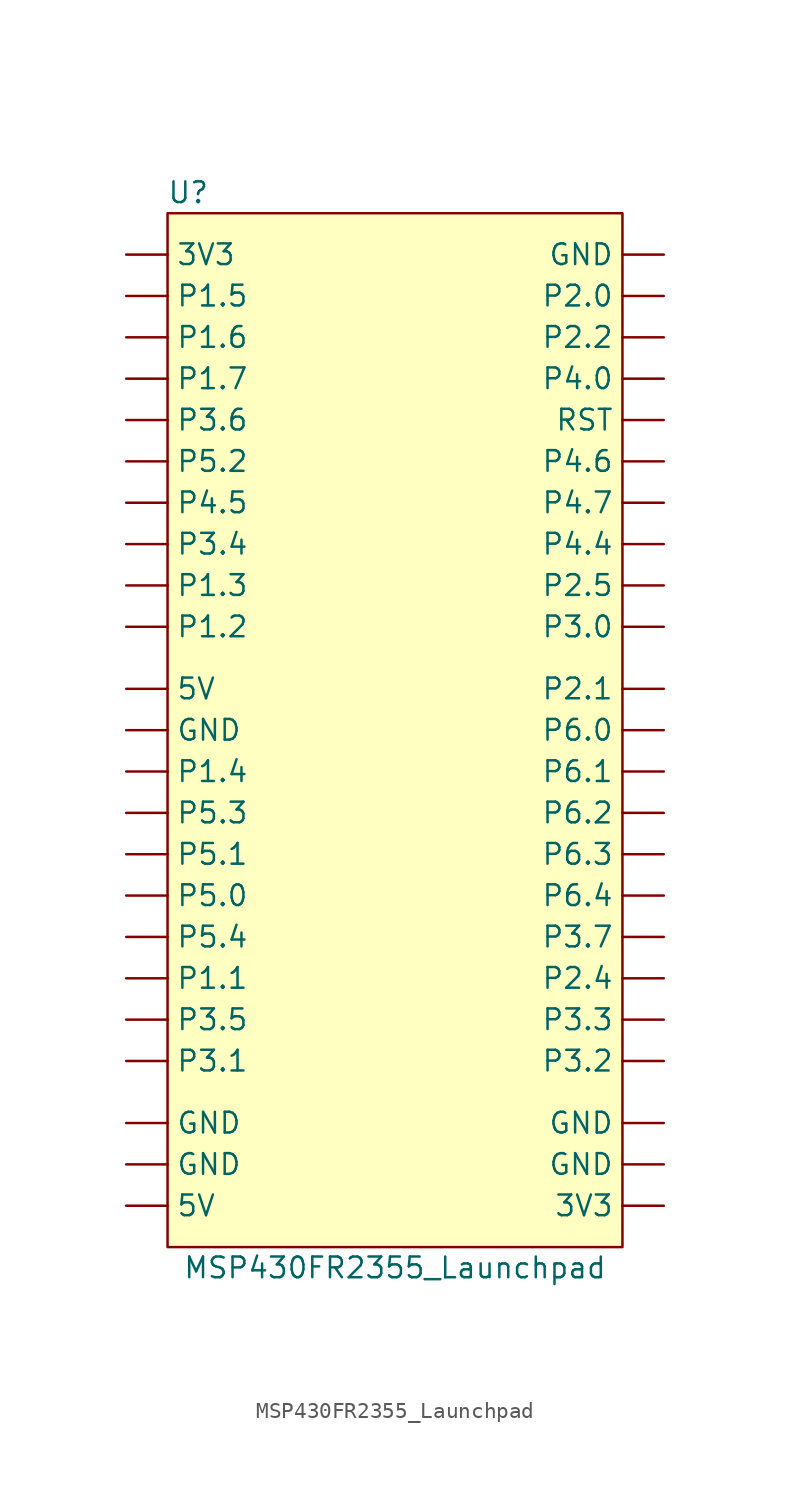
<source format=kicad_sym>
(kicad_symbol_lib
  (version 20211014)
  (generator kicad_symbol_editor)
  (symbol "MSP430FR2355_Launchpad"
    (property "Reference" "U"
      (at -12.7 13.97 0)
      (effects (font (size 1.27 1.27))))
    (property "Value" "MSP430FR2355_Launchpad"
      (at 0 -52.07 0)
      (effects (font (size 1.27 1.27))))
    (symbol "MSP430FR2355_Launchpad_0_1"
      (rectangle (start -13.97 12.7) (end 13.97 -50.8) (stroke (width 0) (type default) (color 0 0 0 0)) (fill (type background))))
    (symbol "MSP430FR2355_Launchpad_1_1"
      (pin bidirectional line (at -16.51 10.16 0) (length 2.54) (name "3V3" (effects (font (size 1.27 1.27)))) (number "" (effects (font (size 1.27 1.27)))))
      (pin output line (at 16.51 -48.26 180) (length 2.54) (name "3V3" (effects (font (size 1.27 1.27)))) (number "" (effects (font (size 1.27 1.27)))))
      (pin output line (at -16.51 -48.26 0) (length 2.54) (name "5V" (effects (font (size 1.27 1.27)))) (number "" (effects (font (size 1.27 1.27)))))
      (pin bidirectional line (at -16.51 -16.51 0) (length 2.54) (name "5V" (effects (font (size 1.27 1.27)))) (number "" (effects (font (size 1.27 1.27)))))
      (pin output line (at -16.51 -45.72 0) (length 2.54) (name "GND" (effects (font (size 1.27 1.27)))) (number "" (effects (font (size 1.27 1.27)))))
      (pin output line (at -16.51 -43.18 0) (length 2.54) (name "GND" (effects (font (size 1.27 1.27)))) (number "" (effects (font (size 1.27 1.27)))))
      (pin bidirectional line (at -16.51 -19.05 0) (length 2.54) (name "GND" (effects (font (size 1.27 1.27)))) (number "" (effects (font (size 1.27 1.27)))))
      (pin output line (at 16.51 -45.72 180) (length 2.54) (name "GND" (effects (font (size 1.27 1.27)))) (number "" (effects (font (size 1.27 1.27)))))
      (pin output line (at 16.51 -43.18 180) (length 2.54) (name "GND" (effects (font (size 1.27 1.27)))) (number "" (effects (font (size 1.27 1.27)))))
      (pin output line (at 16.51 10.16 180) (length 2.54) (name "GND" (effects (font (size 1.27 1.27)))) (number "" (effects (font (size 1.27 1.27)))))
      (pin bidirectional line (at -16.51 -34.29 0) (length 2.54) (name "P1.1" (effects (font (size 1.27 1.27)))) (number "" (effects (font (size 1.27 1.27)))))
      (pin bidirectional line (at -16.51 -12.7 0) (length 2.54) (name "P1.2" (effects (font (size 1.27 1.27)))) (number "" (effects (font (size 1.27 1.27)))))
      (pin bidirectional line (at -16.51 -10.16 0) (length 2.54) (name "P1.3" (effects (font (size 1.27 1.27)))) (number "" (effects (font (size 1.27 1.27)))))
      (pin bidirectional line (at -16.51 -21.59 0) (length 2.54) (name "P1.4" (effects (font (size 1.27 1.27)))) (number "" (effects (font (size 1.27 1.27)))))
      (pin bidirectional line (at -16.51 7.62 0) (length 2.54) (name "P1.5" (effects (font (size 1.27 1.27)))) (number "" (effects (font (size 1.27 1.27)))))
      (pin bidirectional line (at -16.51 5.08 0) (length 2.54) (name "P1.6" (effects (font (size 1.27 1.27)))) (number "" (effects (font (size 1.27 1.27)))))
      (pin bidirectional line (at -16.51 2.54 0) (length 2.54) (name "P1.7" (effects (font (size 1.27 1.27)))) (number "" (effects (font (size 1.27 1.27)))))
      (pin bidirectional line (at 16.51 7.62 180) (length 2.54) (name "P2.0" (effects (font (size 1.27 1.27)))) (number "" (effects (font (size 1.27 1.27)))))
      (pin bidirectional line (at 16.51 -16.51 180) (length 2.54) (name "P2.1" (effects (font (size 1.27 1.27)))) (number "" (effects (font (size 1.27 1.27)))))
      (pin bidirectional line (at 16.51 5.08 180) (length 2.54) (name "P2.2" (effects (font (size 1.27 1.27)))) (number "" (effects (font (size 1.27 1.27)))))
      (pin bidirectional line (at 16.51 -34.29 180) (length 2.54) (name "P2.4" (effects (font (size 1.27 1.27)))) (number "" (effects (font (size 1.27 1.27)))))
      (pin bidirectional line (at 16.51 -10.16 180) (length 2.54) (name "P2.5" (effects (font (size 1.27 1.27)))) (number "" (effects (font (size 1.27 1.27)))))
      (pin bidirectional line (at 16.51 -12.7 180) (length 2.54) (name "P3.0" (effects (font (size 1.27 1.27)))) (number "" (effects (font (size 1.27 1.27)))))
      (pin output line (at -16.51 -39.37 0) (length 2.54) (name "P3.1" (effects (font (size 1.27 1.27)))) (number "" (effects (font (size 1.27 1.27)))))
      (pin bidirectional line (at 16.51 -39.37 180) (length 2.54) (name "P3.2" (effects (font (size 1.27 1.27)))) (number "" (effects (font (size 1.27 1.27)))))
      (pin bidirectional line (at 16.51 -36.83 180) (length 2.54) (name "P3.3" (effects (font (size 1.27 1.27)))) (number "" (effects (font (size 1.27 1.27)))))
      (pin bidirectional line (at -16.51 -7.62 0) (length 2.54) (name "P3.4" (effects (font (size 1.27 1.27)))) (number "" (effects (font (size 1.27 1.27)))))
      (pin bidirectional line (at -16.51 -36.83 0) (length 2.54) (name "P3.5" (effects (font (size 1.27 1.27)))) (number "" (effects (font (size 1.27 1.27)))))
      (pin bidirectional line (at -16.51 0 0) (length 2.54) (name "P3.6" (effects (font (size 1.27 1.27)))) (number "" (effects (font (size 1.27 1.27)))))
      (pin bidirectional line (at 16.51 -31.75 180) (length 2.54) (name "P3.7" (effects (font (size 1.27 1.27)))) (number "" (effects (font (size 1.27 1.27)))))
      (pin bidirectional line (at 16.51 2.54 180) (length 2.54) (name "P4.0" (effects (font (size 1.27 1.27)))) (number "" (effects (font (size 1.27 1.27)))))
      (pin bidirectional line (at 16.51 -7.62 180) (length 2.54) (name "P4.4" (effects (font (size 1.27 1.27)))) (number "" (effects (font (size 1.27 1.27)))))
      (pin bidirectional line (at -16.51 -5.08 0) (length 2.54) (name "P4.5" (effects (font (size 1.27 1.27)))) (number "" (effects (font (size 1.27 1.27)))))
      (pin bidirectional line (at 16.51 -2.54 180) (length 2.54) (name "P4.6" (effects (font (size 1.27 1.27)))) (number "" (effects (font (size 1.27 1.27)))))
      (pin bidirectional line (at 16.51 -5.08 180) (length 2.54) (name "P4.7" (effects (font (size 1.27 1.27)))) (number "" (effects (font (size 1.27 1.27)))))
      (pin bidirectional line (at -16.51 -29.21 0) (length 2.54) (name "P5.0" (effects (font (size 1.27 1.27)))) (number "" (effects (font (size 1.27 1.27)))))
      (pin bidirectional line (at -16.51 -26.67 0) (length 2.54) (name "P5.1" (effects (font (size 1.27 1.27)))) (number "" (effects (font (size 1.27 1.27)))))
      (pin bidirectional line (at -16.51 -2.54 0) (length 2.54) (name "P5.2" (effects (font (size 1.27 1.27)))) (number "" (effects (font (size 1.27 1.27)))))
      (pin bidirectional line (at -16.51 -24.13 0) (length 2.54) (name "P5.3" (effects (font (size 1.27 1.27)))) (number "" (effects (font (size 1.27 1.27)))))
      (pin bidirectional line (at -16.51 -31.75 0) (length 2.54) (name "P5.4" (effects (font (size 1.27 1.27)))) (number "" (effects (font (size 1.27 1.27)))))
      (pin bidirectional line (at 16.51 -19.05 180) (length 2.54) (name "P6.0" (effects (font (size 1.27 1.27)))) (number "" (effects (font (size 1.27 1.27)))))
      (pin bidirectional line (at 16.51 -21.59 180) (length 2.54) (name "P6.1" (effects (font (size 1.27 1.27)))) (number "" (effects (font (size 1.27 1.27)))))
      (pin bidirectional line (at 16.51 -24.13 180) (length 2.54) (name "P6.2" (effects (font (size 1.27 1.27)))) (number "" (effects (font (size 1.27 1.27)))))
      (pin bidirectional line (at 16.51 -26.67 180) (length 2.54) (name "P6.3" (effects (font (size 1.27 1.27)))) (number "" (effects (font (size 1.27 1.27)))))
      (pin bidirectional line (at 16.51 -29.21 180) (length 2.54) (name "P6.4" (effects (font (size 1.27 1.27)))) (number "" (effects (font (size 1.27 1.27)))))
      (pin bidirectional line (at 16.51 0 180) (length 2.54) (name "RST" (effects (font (size 1.27 1.27)))) (number "" (effects (font (size 1.27 1.27))))))))
</source>
